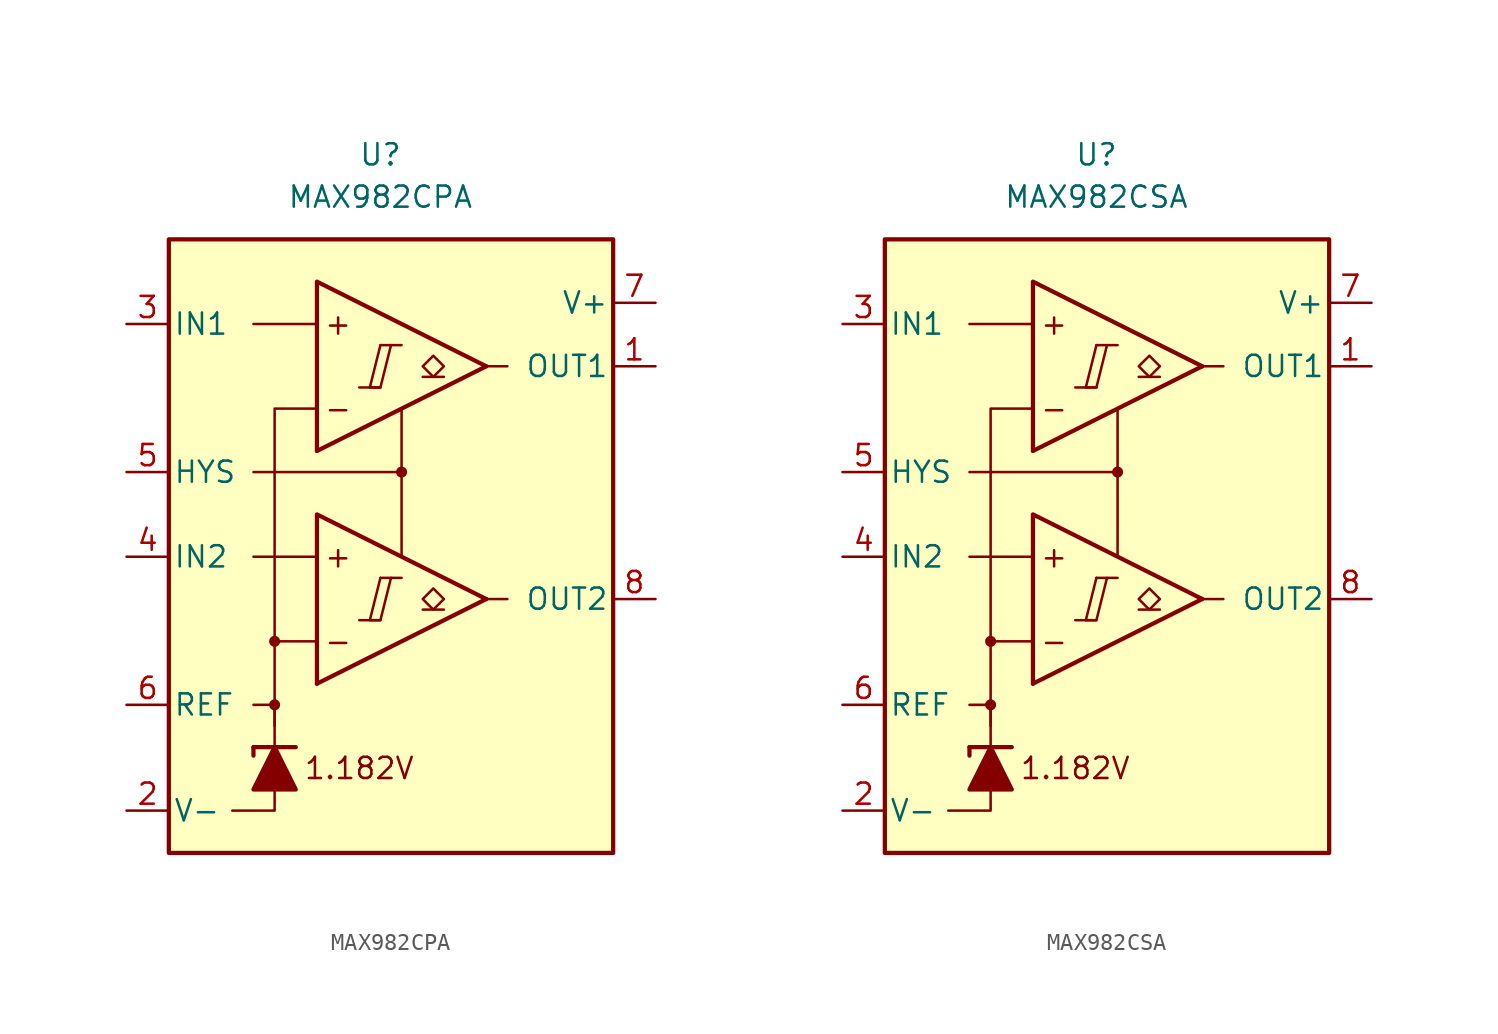
<source format=kicad_sym>
(kicad_symbol_lib
  (version 20231120)
  (generator "kicad_symbol_editor")
  (generator_version "8.0")
  (symbol "MAX982CPA"
    (pin_names
      (offset 0.254))
    (property "Reference" "U"
      (at -1.27 22.86 0)
      (effects (font (size 1.27 1.27))))
    (property "Value" "MAX982CPA"
      (at -1.27 20.32 0)
      (effects (font (size 1.27 1.27))))
    (symbol "MAX982CPA_0_0"
      (rectangle (start -13.97 17.78) (end 12.7 -19.05) (stroke (width 0.254) (type default)) (fill (type background)))
      (circle (center -7.62 -10.16) (radius 0.254) (stroke (width 0.152) (type default)) (fill (type outline)))
      (circle (center -7.62 -6.35) (radius 0.254) (stroke (width 0.152) (type default)) (fill (type outline)))
      (polyline (pts (xy -2.54 -5.08) (xy -1.27 -5.08)) (stroke (width 0.152) (type default)) (fill (type none)))
      (polyline (pts (xy -2.54 8.89) (xy -1.27 8.89)) (stroke (width 0.152) (type default)) (fill (type none)))
      (polyline (pts (xy -1.27 -2.54) (xy 0 -2.54)) (stroke (width 0.152) (type default)) (fill (type none)))
      (polyline (pts (xy -1.27 11.43) (xy 0 11.43)) (stroke (width 0.152) (type default)) (fill (type none)))
      (polyline (pts (xy 5.08 -3.81) (xy -5.08 -8.89)) (stroke (width 0.254) (type default)) (fill (type none)))
      (polyline (pts (xy 5.08 10.16) (xy -5.08 5.08)) (stroke (width 0.254) (type default)) (fill (type none)))
      (polyline (pts (xy 5.08 -3.81) (xy -5.08 1.27) (xy -5.08 -8.89)) (stroke (width 0.254) (type default)) (fill (type background)))
      (polyline (pts (xy 5.08 10.16) (xy -5.08 15.24) (xy -5.08 5.08)) (stroke (width 0.254) (type default)) (fill (type background)))
      (polyline (pts (xy -1.27 -2.54) (xy -1.905 -5.08) (xy -1.27 -5.08) (xy -0.635 -2.54)) (stroke (width 0.152) (type default)) (fill (type none)))
      (polyline (pts (xy -1.27 11.43) (xy -1.905 8.89) (xy -1.27 8.89) (xy -0.635 11.43)) (stroke (width 0.152) (type default)) (fill (type none)))
      (circle (center 0 3.81) (radius 0.254) (stroke (width 0.152) (type default)) (fill (type outline)))
      (text "+" (at -3.81 -1.27 0) (effects (font (size 1.27 1.27))))
      (text "+" (at -3.81 12.7 0) (effects (font (size 1.27 1.27))))
      (text "-" (at -3.81 -6.35 0) (effects (font (size 1.27 1.27))))
      (text "-" (at -3.81 7.62 0) (effects (font (size 1.27 1.27))))
      (text "1.182V" (at -2.54 -13.97 0) (effects (font (size 1.27 1.27)))))
    (symbol "MAX982CPA_0_1"
      (polyline (pts (xy -8.89 -12.7) (xy -8.89 -13.208)) (stroke (width 0.254) (type default)) (fill (type none)))
      (polyline (pts (xy -8.89 -12.7) (xy -6.35 -12.7)) (stroke (width 0.254) (type default)) (fill (type none)))
      (polyline (pts (xy -5.08 -1.27) (xy -8.89 -1.27)) (stroke (width 0) (type default)) (fill (type none)))
      (polyline (pts (xy -5.08 12.7) (xy -8.89 12.7)) (stroke (width 0) (type default)) (fill (type none)))
      (polyline (pts (xy 0 3.81) (xy 0 -1.27)) (stroke (width 0) (type default)) (fill (type none)))
      (polyline (pts (xy 5.08 -3.81) (xy 6.35 -3.81)) (stroke (width 0) (type default)) (fill (type none)))
      (polyline (pts (xy 5.08 10.16) (xy 6.35 10.16)) (stroke (width 0) (type default)) (fill (type none)))
      (polyline (pts (xy -7.62 -15.24) (xy -7.62 -16.51) (xy -10.16 -16.51)) (stroke (width 0) (type default)) (fill (type none)))
      (polyline (pts (xy -7.62 -12.7) (xy -7.62 -10.16) (xy -8.89 -10.16)) (stroke (width 0) (type default)) (fill (type none)))
      (polyline (pts (xy -7.62 -11.43) (xy -7.62 -6.35) (xy -5.08 -6.35)) (stroke (width 0) (type default)) (fill (type none)))
      (polyline (pts (xy -7.62 -6.35) (xy -7.62 7.62) (xy -5.08 7.62)) (stroke (width 0) (type default)) (fill (type none)))
      (polyline (pts (xy 0 7.62) (xy 0 3.81) (xy -8.89 3.81)) (stroke (width 0) (type default)) (fill (type none)))
      (polyline (pts (xy -6.35 -15.24) (xy -8.89 -15.24) (xy -7.62 -12.7) (xy -6.35 -15.24)) (stroke (width 0.254) (type default)) (fill (type outline))))
    (symbol "MAX982CPA_1_1"
      (polyline (pts (xy 2.54 -4.445) (xy 1.27 -4.445)) (stroke (width 0.152) (type default)) (fill (type none)))
      (polyline (pts (xy 2.54 9.525) (xy 1.27 9.525)) (stroke (width 0.152) (type default)) (fill (type none)))
      (polyline (pts (xy 1.905 -4.445) (xy 1.27 -3.81) (xy 1.905 -3.175) (xy 2.54 -3.81) (xy 1.905 -4.445)) (stroke (width 0.152) (type default)) (fill (type none)))
      (polyline (pts (xy 1.905 9.525) (xy 1.27 10.16) (xy 1.905 10.795) (xy 2.54 10.16) (xy 1.905 9.525)) (stroke (width 0.152) (type default)) (fill (type none)))
      (pin output line (at 15.24 10.16 180) (length 2.54) (name "OUT1" (effects (font (size 1.27 1.27)))) (number "1" (effects (font (size 1.27 1.27)))))
      (pin power_in line (at -16.51 -16.51 0) (length 2.54) (name "V-" (effects (font (size 1.27 1.27)))) (number "2" (effects (font (size 1.27 1.27)))))
      (pin input line (at -16.51 12.7 0) (length 2.54) (name "IN1" (effects (font (size 1.27 1.27)))) (number "3" (effects (font (size 1.27 1.27)))))
      (pin input line (at -16.51 -1.27 0) (length 2.54) (name "IN2" (effects (font (size 1.27 1.27)))) (number "4" (effects (font (size 1.27 1.27)))))
      (pin input line (at -16.51 3.81 0) (length 2.54) (name "HYS" (effects (font (size 1.27 1.27)))) (number "5" (effects (font (size 1.27 1.27)))))
      (pin output line (at -16.51 -10.16 0) (length 2.54) (name "REF" (effects (font (size 1.27 1.27)))) (number "6" (effects (font (size 1.27 1.27)))))
      (pin power_in line (at 15.24 13.97 180) (length 2.54) (name "V+" (effects (font (size 1.27 1.27)))) (number "7" (effects (font (size 1.27 1.27)))))
      (pin output line (at 15.24 -3.81 180) (length 2.54) (name "OUT2" (effects (font (size 1.27 1.27)))) (number "8" (effects (font (size 1.27 1.27)))))))
  (symbol "MAX982CSA"
    (pin_names
      (offset 0.254))
    (property "Reference" "U"
      (at -1.27 22.86 0)
      (effects (font (size 1.27 1.27))))
    (property "Value" "MAX982CSA"
      (at -1.27 20.32 0)
      (effects (font (size 1.27 1.27))))
    (symbol "MAX982CSA_0_0"
      (rectangle (start -13.97 17.78) (end 12.7 -19.05) (stroke (width 0.254) (type default)) (fill (type background)))
      (circle (center -7.62 -10.16) (radius 0.254) (stroke (width 0.152) (type default)) (fill (type outline)))
      (circle (center -7.62 -6.35) (radius 0.254) (stroke (width 0.152) (type default)) (fill (type outline)))
      (polyline (pts (xy -2.54 -5.08) (xy -1.27 -5.08)) (stroke (width 0.152) (type default)) (fill (type none)))
      (polyline (pts (xy -2.54 8.89) (xy -1.27 8.89)) (stroke (width 0.152) (type default)) (fill (type none)))
      (polyline (pts (xy -1.27 -2.54) (xy 0 -2.54)) (stroke (width 0.152) (type default)) (fill (type none)))
      (polyline (pts (xy -1.27 11.43) (xy 0 11.43)) (stroke (width 0.152) (type default)) (fill (type none)))
      (polyline (pts (xy 5.08 -3.81) (xy -5.08 -8.89)) (stroke (width 0.254) (type default)) (fill (type none)))
      (polyline (pts (xy 5.08 10.16) (xy -5.08 5.08)) (stroke (width 0.254) (type default)) (fill (type none)))
      (polyline (pts (xy 5.08 -3.81) (xy -5.08 1.27) (xy -5.08 -8.89)) (stroke (width 0.254) (type default)) (fill (type background)))
      (polyline (pts (xy 5.08 10.16) (xy -5.08 15.24) (xy -5.08 5.08)) (stroke (width 0.254) (type default)) (fill (type background)))
      (polyline (pts (xy -1.27 -2.54) (xy -1.905 -5.08) (xy -1.27 -5.08) (xy -0.635 -2.54)) (stroke (width 0.152) (type default)) (fill (type none)))
      (polyline (pts (xy -1.27 11.43) (xy -1.905 8.89) (xy -1.27 8.89) (xy -0.635 11.43)) (stroke (width 0.152) (type default)) (fill (type none)))
      (circle (center 0 3.81) (radius 0.254) (stroke (width 0.152) (type default)) (fill (type outline)))
      (text "+" (at -3.81 -1.27 0) (effects (font (size 1.27 1.27))))
      (text "+" (at -3.81 12.7 0) (effects (font (size 1.27 1.27))))
      (text "-" (at -3.81 -6.35 0) (effects (font (size 1.27 1.27))))
      (text "-" (at -3.81 7.62 0) (effects (font (size 1.27 1.27))))
      (text "1.182V" (at -2.54 -13.97 0) (effects (font (size 1.27 1.27)))))
    (symbol "MAX982CSA_0_1"
      (polyline (pts (xy -8.89 -12.7) (xy -8.89 -13.208)) (stroke (width 0.254) (type default)) (fill (type none)))
      (polyline (pts (xy -8.89 -12.7) (xy -6.35 -12.7)) (stroke (width 0.254) (type default)) (fill (type none)))
      (polyline (pts (xy -5.08 -1.27) (xy -8.89 -1.27)) (stroke (width 0) (type default)) (fill (type none)))
      (polyline (pts (xy -5.08 12.7) (xy -8.89 12.7)) (stroke (width 0) (type default)) (fill (type none)))
      (polyline (pts (xy 0 3.81) (xy 0 -1.27)) (stroke (width 0) (type default)) (fill (type none)))
      (polyline (pts (xy 5.08 -3.81) (xy 6.35 -3.81)) (stroke (width 0) (type default)) (fill (type none)))
      (polyline (pts (xy 5.08 10.16) (xy 6.35 10.16)) (stroke (width 0) (type default)) (fill (type none)))
      (polyline (pts (xy -7.62 -15.24) (xy -7.62 -16.51) (xy -10.16 -16.51)) (stroke (width 0) (type default)) (fill (type none)))
      (polyline (pts (xy -7.62 -12.7) (xy -7.62 -10.16) (xy -8.89 -10.16)) (stroke (width 0) (type default)) (fill (type none)))
      (polyline (pts (xy -7.62 -11.43) (xy -7.62 -6.35) (xy -5.08 -6.35)) (stroke (width 0) (type default)) (fill (type none)))
      (polyline (pts (xy -7.62 -6.35) (xy -7.62 7.62) (xy -5.08 7.62)) (stroke (width 0) (type default)) (fill (type none)))
      (polyline (pts (xy 0 7.62) (xy 0 3.81) (xy -8.89 3.81)) (stroke (width 0) (type default)) (fill (type none)))
      (polyline (pts (xy -6.35 -15.24) (xy -8.89 -15.24) (xy -7.62 -12.7) (xy -6.35 -15.24)) (stroke (width 0.254) (type default)) (fill (type outline))))
    (symbol "MAX982CSA_1_1"
      (polyline (pts (xy 2.54 -4.445) (xy 1.27 -4.445)) (stroke (width 0.152) (type default)) (fill (type none)))
      (polyline (pts (xy 2.54 9.525) (xy 1.27 9.525)) (stroke (width 0.152) (type default)) (fill (type none)))
      (polyline (pts (xy 1.905 -4.445) (xy 1.27 -3.81) (xy 1.905 -3.175) (xy 2.54 -3.81) (xy 1.905 -4.445)) (stroke (width 0.152) (type default)) (fill (type none)))
      (polyline (pts (xy 1.905 9.525) (xy 1.27 10.16) (xy 1.905 10.795) (xy 2.54 10.16) (xy 1.905 9.525)) (stroke (width 0.152) (type default)) (fill (type none)))
      (pin output line (at 15.24 10.16 180) (length 2.54) (name "OUT1" (effects (font (size 1.27 1.27)))) (number "1" (effects (font (size 1.27 1.27)))))
      (pin power_in line (at -16.51 -16.51 0) (length 2.54) (name "V-" (effects (font (size 1.27 1.27)))) (number "2" (effects (font (size 1.27 1.27)))))
      (pin input line (at -16.51 12.7 0) (length 2.54) (name "IN1" (effects (font (size 1.27 1.27)))) (number "3" (effects (font (size 1.27 1.27)))))
      (pin input line (at -16.51 -1.27 0) (length 2.54) (name "IN2" (effects (font (size 1.27 1.27)))) (number "4" (effects (font (size 1.27 1.27)))))
      (pin input line (at -16.51 3.81 0) (length 2.54) (name "HYS" (effects (font (size 1.27 1.27)))) (number "5" (effects (font (size 1.27 1.27)))))
      (pin output line (at -16.51 -10.16 0) (length 2.54) (name "REF" (effects (font (size 1.27 1.27)))) (number "6" (effects (font (size 1.27 1.27)))))
      (pin power_in line (at 15.24 13.97 180) (length 2.54) (name "V+" (effects (font (size 1.27 1.27)))) (number "7" (effects (font (size 1.27 1.27)))))
      (pin output line (at 15.24 -3.81 180) (length 2.54) (name "OUT2" (effects (font (size 1.27 1.27)))) (number "8" (effects (font (size 1.27 1.27))))))))
</source>
